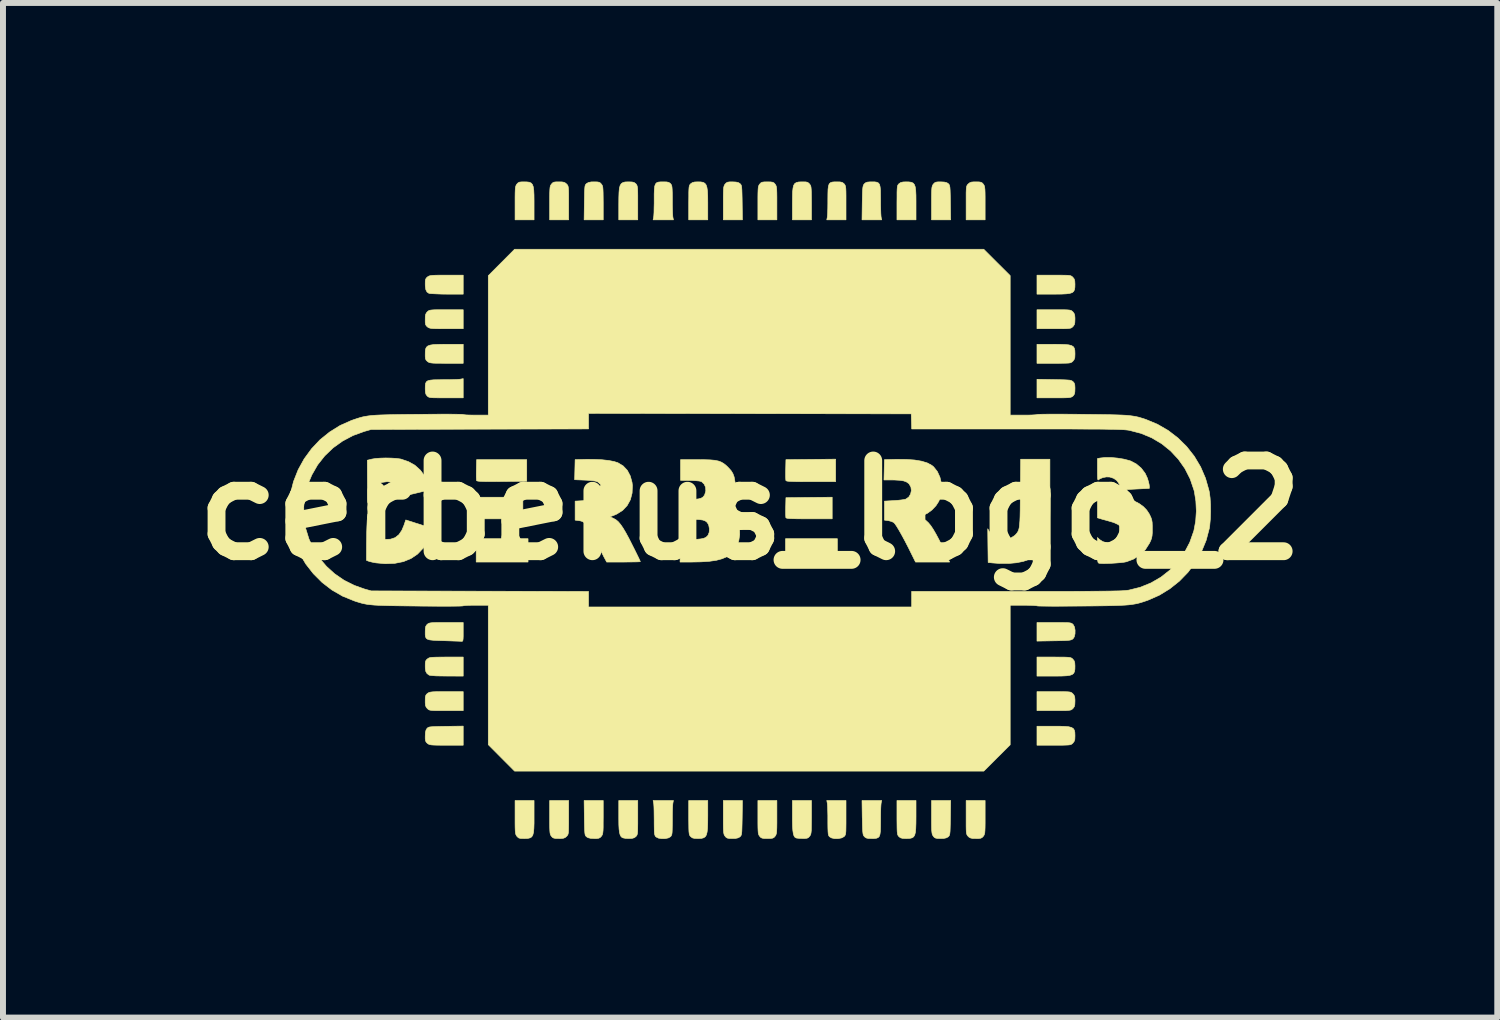
<source format=kicad_pcb>
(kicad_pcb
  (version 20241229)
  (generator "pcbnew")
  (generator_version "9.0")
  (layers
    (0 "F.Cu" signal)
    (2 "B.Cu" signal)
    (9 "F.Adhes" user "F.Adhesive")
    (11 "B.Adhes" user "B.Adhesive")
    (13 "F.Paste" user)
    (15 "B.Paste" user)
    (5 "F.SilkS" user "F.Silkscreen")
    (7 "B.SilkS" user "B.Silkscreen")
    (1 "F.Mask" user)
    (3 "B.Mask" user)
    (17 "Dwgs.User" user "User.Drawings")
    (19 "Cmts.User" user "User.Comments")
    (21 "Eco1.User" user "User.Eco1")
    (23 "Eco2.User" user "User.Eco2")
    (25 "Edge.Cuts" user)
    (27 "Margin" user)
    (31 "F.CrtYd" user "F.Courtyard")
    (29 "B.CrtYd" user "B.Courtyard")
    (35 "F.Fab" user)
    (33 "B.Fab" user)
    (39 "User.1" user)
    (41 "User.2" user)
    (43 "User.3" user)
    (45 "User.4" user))
  (footprint "cerberus_logo_2"
    (layer "F.Cu")
    (at 9.55 5.52)
    (property "Reference" "cerberus_logo_2" (at 0 0 0) (layer "F.SilkS") (effects (font (size 1.524 1.524) (thickness 0.3))))
    (attr through_hole)
    (fp_poly (pts (xy -3.817 0.145) (xy -4.587 0.145) (xy -4.587 -0.218) (xy -3.817 -0.218) (xy -3.817 0.145)) (stroke (width 0.01) (type solid)) (fill yes) (layer "F.SilkS"))
    (fp_poly (pts (xy -3.73 0.871) (xy -4.601 0.871) (xy -4.601 0.479) (xy -3.73 0.479) (xy -3.73 0.871)) (stroke (width 0.01) (type solid)) (fill yes) (layer "F.SilkS"))
    (fp_poly (pts (xy 1.466 0.871) (xy 0.595 0.871) (xy 0.595 0.479) (xy 1.466 0.479) (xy 1.466 0.871)) (stroke (width 0.01) (type solid)) (fill yes) (layer "F.SilkS"))
    (fp_poly (pts (xy -3.752 -0.486) (xy -4.17 -0.482) (xy -4.295 -0.481) (xy -4.394 -0.481) (xy -4.47 -0.482) (xy -4.525 -0.484) (xy -4.562 -0.487) (xy -4.584 -0.491) (xy -4.594 -0.496) (xy -4.595 -0.498) (xy -4.597 -0.519) (xy -4.599 -0.563) (xy -4.599 -0.623) (xy -4.598 -0.683) (xy -4.594 -0.849) (xy -3.752 -0.849) (xy -3.752 -0.486)) (stroke (width 0.01) (type solid)) (fill yes) (layer "F.SilkS"))
    (fp_poly (pts (xy 1.379 0.145) (xy 0.994 0.145) (xy 0.873 0.145) (xy 0.779 0.144) (xy 0.708 0.142) (xy 0.657 0.14) (xy 0.624 0.136) (xy 0.607 0.131) (xy 0.601 0.126) (xy 0.599 0.104) (xy 0.597 0.061) (xy 0.597 0.001) (xy 0.598 -0.052) (xy 0.602 -0.21) (xy 0.991 -0.214) (xy 1.379 -0.218) (xy 1.379 0.145)) (stroke (width 0.01) (type solid)) (fill yes) (layer "F.SilkS"))
    (fp_poly (pts (xy 1.437 -0.479) (xy 1.023 -0.479) (xy 0.897 -0.479) (xy 0.798 -0.48) (xy 0.722 -0.482) (xy 0.668 -0.484) (xy 0.631 -0.487) (xy 0.61 -0.492) (xy 0.602 -0.498) (xy 0.601 -0.498) (xy 0.599 -0.519) (xy 0.597 -0.563) (xy 0.597 -0.623) (xy 0.598 -0.683) (xy 0.602 -0.849) (xy 1.02 -0.853) (xy 1.437 -0.857) (xy 1.437 -0.479)) (stroke (width 0.01) (type solid)) (fill yes) (layer "F.SilkS"))
    (fp_poly (pts (xy -4.819 -3.629) (xy -5.091 -3.629) (xy -5.179 -3.63) (xy -5.258 -3.633) (xy -5.325 -3.636) (xy -5.372 -3.639) (xy -5.395 -3.643) (xy -5.427 -3.665) (xy -5.447 -3.704) (xy -5.456 -3.762) (xy -5.457 -3.801) (xy -5.456 -3.852) (xy -5.449 -3.883) (xy -5.434 -3.905) (xy -5.419 -3.918) (xy -5.404 -3.928) (xy -5.386 -3.936) (xy -5.362 -3.941) (xy -5.326 -3.945) (xy -5.274 -3.947) (xy -5.203 -3.948) (xy -5.106 -3.948) (xy -4.819 -3.948) (xy -4.819 -3.629)) (stroke (width 0.01) (type solid)) (fill yes) (layer "F.SilkS"))
    (fp_poly (pts (xy -4.819 2.787) (xy -5.091 2.786) (xy -5.196 2.785) (xy -5.281 2.783) (xy -5.345 2.778) (xy -5.383 2.773) (xy -5.392 2.77) (xy -5.427 2.744) (xy -5.447 2.71) (xy -5.456 2.66) (xy -5.457 2.618) (xy -5.456 2.566) (xy -5.45 2.534) (xy -5.436 2.512) (xy -5.419 2.498) (xy -5.404 2.487) (xy -5.386 2.479) (xy -5.362 2.474) (xy -5.326 2.471) (xy -5.274 2.469) (xy -5.203 2.468) (xy -5.106 2.467) (xy -4.819 2.467) (xy -4.819 2.787)) (stroke (width 0.01) (type solid)) (fill yes) (layer "F.SilkS"))
    (fp_poly (pts (xy -0.829 -5.514) (xy -0.789 -5.507) (xy -0.76 -5.491) (xy -0.739 -5.464) (xy -0.725 -5.422) (xy -0.716 -5.361) (xy -0.712 -5.279) (xy -0.711 -5.171) (xy -0.711 -5.136) (xy -0.711 -4.877) (xy -1.031 -4.877) (xy -1.031 -5.165) (xy -1.03 -5.263) (xy -1.03 -5.336) (xy -1.028 -5.389) (xy -1.025 -5.425) (xy -1.02 -5.449) (xy -1.013 -5.465) (xy -1.004 -5.477) (xy -0.997 -5.484) (xy -0.969 -5.503) (xy -0.931 -5.513) (xy -0.88 -5.515) (xy -0.829 -5.514)) (stroke (width 0.01) (type solid)) (fill yes) (layer "F.SilkS"))
    (fp_poly (pts (xy 0.936 -5.514) (xy 0.967 -5.507) (xy 0.989 -5.49) (xy 1 -5.477) (xy 1.011 -5.462) (xy 1.019 -5.445) (xy 1.024 -5.42) (xy 1.027 -5.384) (xy 1.029 -5.332) (xy 1.03 -5.261) (xy 1.031 -5.164) (xy 1.031 -4.877) (xy 0.711 -4.877) (xy 0.711 -5.146) (xy 0.712 -5.259) (xy 0.714 -5.346) (xy 0.721 -5.411) (xy 0.732 -5.457) (xy 0.751 -5.487) (xy 0.778 -5.504) (xy 0.815 -5.513) (xy 0.863 -5.515) (xy 0.886 -5.515) (xy 0.936 -5.514)) (stroke (width 0.01) (type solid)) (fill yes) (layer "F.SilkS"))
    (fp_poly (pts (xy 2.668 -5.514) (xy 2.709 -5.508) (xy 2.739 -5.494) (xy 2.76 -5.469) (xy 2.774 -5.43) (xy 2.782 -5.372) (xy 2.786 -5.293) (xy 2.787 -5.19) (xy 2.787 -5.146) (xy 2.787 -4.877) (xy 2.467 -4.877) (xy 2.467 -5.165) (xy 2.468 -5.263) (xy 2.468 -5.336) (xy 2.47 -5.389) (xy 2.473 -5.425) (xy 2.477 -5.449) (xy 2.485 -5.465) (xy 2.494 -5.477) (xy 2.501 -5.484) (xy 2.53 -5.504) (xy 2.569 -5.513) (xy 2.616 -5.515) (xy 2.668 -5.514)) (stroke (width 0.01) (type solid)) (fill yes) (layer "F.SilkS"))
    (fp_poly (pts (xy -4.819 -2.467) (xy -5.1 -2.467) (xy -5.198 -2.468) (xy -5.271 -2.468) (xy -5.323 -2.47) (xy -5.36 -2.474) (xy -5.385 -2.479) (xy -5.403 -2.487) (xy -5.418 -2.497) (xy -5.419 -2.498) (xy -5.441 -2.519) (xy -5.453 -2.544) (xy -5.457 -2.583) (xy -5.457 -2.612) (xy -5.456 -2.666) (xy -5.451 -2.707) (xy -5.437 -2.738) (xy -5.412 -2.759) (xy -5.373 -2.773) (xy -5.316 -2.782) (xy -5.238 -2.785) (xy -5.136 -2.787) (xy -5.088 -2.787) (xy -4.819 -2.787) (xy -4.819 -2.467)) (stroke (width 0.01) (type solid)) (fill yes) (layer "F.SilkS"))
    (fp_poly (pts (xy -3.75 -5.514) (xy -3.708 -5.509) (xy -3.678 -5.495) (xy -3.656 -5.47) (xy -3.642 -5.431) (xy -3.634 -5.374) (xy -3.63 -5.296) (xy -3.629 -5.194) (xy -3.629 -5.146) (xy -3.629 -4.877) (xy -3.948 -4.877) (xy -3.948 -5.158) (xy -3.948 -5.256) (xy -3.947 -5.329) (xy -3.945 -5.381) (xy -3.942 -5.418) (xy -3.936 -5.443) (xy -3.929 -5.461) (xy -3.919 -5.476) (xy -3.918 -5.477) (xy -3.897 -5.499) (xy -3.872 -5.511) (xy -3.833 -5.515) (xy -3.803 -5.515) (xy -3.75 -5.514)) (stroke (width 0.01) (type solid)) (fill yes) (layer "F.SilkS"))
    (fp_poly (pts (xy -3.629 5.146) (xy -3.629 5.259) (xy -3.632 5.346) (xy -3.638 5.411) (xy -3.65 5.457) (xy -3.668 5.487) (xy -3.695 5.504) (xy -3.732 5.513) (xy -3.78 5.515) (xy -3.803 5.515) (xy -3.853 5.514) (xy -3.884 5.507) (xy -3.906 5.49) (xy -3.918 5.477) (xy -3.928 5.462) (xy -3.936 5.445) (xy -3.941 5.42) (xy -3.945 5.384) (xy -3.947 5.332) (xy -3.948 5.261) (xy -3.948 5.165) (xy -3.948 5.158) (xy -3.948 4.877) (xy -3.629 4.877) (xy -3.629 5.146)) (stroke (width 0.01) (type solid)) (fill yes) (layer "F.SilkS"))
    (fp_poly (pts (xy -1.983 -5.513) (xy -1.949 -5.505) (xy -1.924 -5.487) (xy -1.918 -5.482) (xy -1.908 -5.469) (xy -1.9 -5.454) (xy -1.894 -5.432) (xy -1.89 -5.4) (xy -1.888 -5.353) (xy -1.887 -5.287) (xy -1.887 -5.197) (xy -1.887 -5.163) (xy -1.887 -4.877) (xy -2.206 -4.877) (xy -2.206 -5.136) (xy -2.205 -5.251) (xy -2.202 -5.34) (xy -2.196 -5.406) (xy -2.183 -5.454) (xy -2.164 -5.485) (xy -2.137 -5.503) (xy -2.101 -5.513) (xy -2.053 -5.515) (xy -2.035 -5.515) (xy -1.983 -5.513)) (stroke (width 0.01) (type solid)) (fill yes) (layer "F.SilkS"))
    (fp_poly (pts (xy -0.711 5.136) (xy -0.712 5.251) (xy -0.715 5.34) (xy -0.722 5.406) (xy -0.734 5.454) (xy -0.753 5.485) (xy -0.78 5.503) (xy -0.817 5.513) (xy -0.865 5.515) (xy -0.882 5.515) (xy -0.935 5.513) (xy -0.969 5.505) (xy -0.993 5.487) (xy -0.999 5.482) (xy -1.01 5.469) (xy -1.018 5.454) (xy -1.023 5.432) (xy -1.027 5.4) (xy -1.029 5.353) (xy -1.03 5.287) (xy -1.031 5.197) (xy -1.031 5.163) (xy -1.031 4.877) (xy -0.711 4.877) (xy -0.711 5.136)) (stroke (width 0.01) (type solid)) (fill yes) (layer "F.SilkS"))
    (fp_poly (pts (xy 2.787 5.146) (xy 2.786 5.259) (xy 2.783 5.346) (xy 2.777 5.411) (xy 2.765 5.457) (xy 2.747 5.487) (xy 2.72 5.504) (xy 2.684 5.513) (xy 2.635 5.515) (xy 2.614 5.515) (xy 2.562 5.513) (xy 2.528 5.504) (xy 2.503 5.486) (xy 2.499 5.482) (xy 2.488 5.469) (xy 2.48 5.454) (xy 2.475 5.432) (xy 2.471 5.4) (xy 2.469 5.353) (xy 2.468 5.287) (xy 2.467 5.197) (xy 2.467 5.163) (xy 2.467 4.877) (xy 2.787 4.877) (xy 2.787 5.146)) (stroke (width 0.01) (type solid)) (fill yes) (layer "F.SilkS"))
    (fp_poly (pts (xy 5.2 -3.948) (xy 5.272 -3.947) (xy 5.325 -3.946) (xy 5.361 -3.943) (xy 5.385 -3.938) (xy 5.401 -3.93) (xy 5.414 -3.92) (xy 5.422 -3.912) (xy 5.444 -3.884) (xy 5.454 -3.85) (xy 5.457 -3.799) (xy 5.457 -3.797) (xy 5.456 -3.746) (xy 5.45 -3.706) (xy 5.436 -3.676) (xy 5.411 -3.655) (xy 5.371 -3.642) (xy 5.312 -3.634) (xy 5.233 -3.63) (xy 5.129 -3.629) (xy 5.088 -3.629) (xy 4.819 -3.629) (xy 4.819 -3.948) (xy 5.102 -3.948) (xy 5.2 -3.948)) (stroke (width 0.01) (type solid)) (fill yes) (layer "F.SilkS"))
    (fp_poly (pts (xy 5.2 2.468) (xy 5.272 2.468) (xy 5.325 2.47) (xy 5.361 2.473) (xy 5.385 2.478) (xy 5.401 2.485) (xy 5.414 2.495) (xy 5.422 2.503) (xy 5.444 2.531) (xy 5.454 2.565) (xy 5.457 2.616) (xy 5.457 2.618) (xy 5.456 2.67) (xy 5.45 2.709) (xy 5.436 2.739) (xy 5.411 2.76) (xy 5.371 2.774) (xy 5.312 2.782) (xy 5.233 2.786) (xy 5.129 2.787) (xy 5.088 2.787) (xy 4.819 2.787) (xy 4.819 2.467) (xy 5.102 2.467) (xy 5.2 2.468)) (stroke (width 0.01) (type solid)) (fill yes) (layer "F.SilkS"))
    (fp_poly (pts (xy 5.201 -2.786) (xy 5.288 -2.783) (xy 5.353 -2.777) (xy 5.399 -2.765) (xy 5.429 -2.747) (xy 5.446 -2.721) (xy 5.455 -2.684) (xy 5.457 -2.637) (xy 5.457 -2.618) (xy 5.455 -2.566) (xy 5.444 -2.532) (xy 5.423 -2.504) (xy 5.422 -2.503) (xy 5.409 -2.491) (xy 5.395 -2.482) (xy 5.376 -2.475) (xy 5.348 -2.471) (xy 5.306 -2.469) (xy 5.246 -2.468) (xy 5.164 -2.467) (xy 5.102 -2.467) (xy 4.819 -2.467) (xy 4.819 -2.787) (xy 5.088 -2.787) (xy 5.201 -2.786)) (stroke (width 0.01) (type solid)) (fill yes) (layer "F.SilkS"))
    (fp_poly (pts (xy 5.201 3.629) (xy 5.288 3.632) (xy 5.353 3.638) (xy 5.399 3.65) (xy 5.429 3.668) (xy 5.446 3.695) (xy 5.455 3.731) (xy 5.457 3.778) (xy 5.457 3.797) (xy 5.455 3.849) (xy 5.444 3.883) (xy 5.423 3.911) (xy 5.422 3.912) (xy 5.409 3.924) (xy 5.395 3.934) (xy 5.376 3.94) (xy 5.348 3.944) (xy 5.306 3.946) (xy 5.246 3.948) (xy 5.164 3.948) (xy 5.102 3.948) (xy 4.819 3.948) (xy 4.819 3.629) (xy 5.088 3.629) (xy 5.201 3.629)) (stroke (width 0.01) (type solid)) (fill yes) (layer "F.SilkS"))
    (fp_poly (pts (xy -1.887 5.165) (xy -1.887 5.263) (xy -1.888 5.336) (xy -1.889 5.389) (xy -1.892 5.425) (xy -1.897 5.449) (xy -1.904 5.465) (xy -1.914 5.477) (xy -1.92 5.484) (xy -1.948 5.503) (xy -1.983 5.513) (xy -2.037 5.515) (xy -2.041 5.515) (xy -2.092 5.513) (xy -2.134 5.505) (xy -2.152 5.497) (xy -2.17 5.479) (xy -2.184 5.451) (xy -2.194 5.412) (xy -2.201 5.357) (xy -2.205 5.282) (xy -2.206 5.183) (xy -2.206 5.137) (xy -2.206 4.877) (xy -1.887 4.877) (xy -1.887 5.165)) (stroke (width 0.01) (type solid)) (fill yes) (layer "F.SilkS"))
    (fp_poly (pts (xy 1.031 5.158) (xy 1.03 5.256) (xy 1.029 5.329) (xy 1.028 5.381) (xy 1.024 5.418) (xy 1.019 5.443) (xy 1.011 5.461) (xy 1.001 5.476) (xy 1 5.477) (xy 0.98 5.499) (xy 0.957 5.51) (xy 0.921 5.514) (xy 0.881 5.514) (xy 0.83 5.513) (xy 0.79 5.509) (xy 0.773 5.506) (xy 0.752 5.493) (xy 0.737 5.47) (xy 0.726 5.434) (xy 0.718 5.381) (xy 0.713 5.308) (xy 0.711 5.212) (xy 0.711 5.146) (xy 0.711 4.877) (xy 1.031 4.877) (xy 1.031 5.158)) (stroke (width 0.01) (type solid)) (fill yes) (layer "F.SilkS"))
    (fp_poly (pts (xy 5.205 1.887) (xy 5.278 1.888) (xy 5.331 1.889) (xy 5.367 1.892) (xy 5.391 1.897) (xy 5.407 1.904) (xy 5.419 1.914) (xy 5.426 1.92) (xy 5.449 1.962) (xy 5.459 2.017) (xy 5.458 2.077) (xy 5.445 2.129) (xy 5.425 2.159) (xy 5.412 2.169) (xy 5.395 2.177) (xy 5.372 2.183) (xy 5.337 2.187) (xy 5.285 2.19) (xy 5.214 2.192) (xy 5.119 2.194) (xy 5.105 2.194) (xy 4.819 2.199) (xy 4.819 2.043) (xy 4.819 1.887) (xy 5.106 1.887) (xy 5.205 1.887)) (stroke (width 0.01) (type solid)) (fill yes) (layer "F.SilkS"))
    (fp_poly (pts (xy -4.819 3.948) (xy -5.1 3.948) (xy -5.198 3.948) (xy -5.271 3.947) (xy -5.323 3.945) (xy -5.36 3.942) (xy -5.385 3.936) (xy -5.403 3.929) (xy -5.418 3.919) (xy -5.419 3.918) (xy -5.44 3.898) (xy -5.452 3.874) (xy -5.457 3.838) (xy -5.457 3.796) (xy -5.454 3.735) (xy -5.444 3.694) (xy -5.43 3.67) (xy -5.419 3.658) (xy -5.407 3.65) (xy -5.389 3.643) (xy -5.361 3.639) (xy -5.318 3.636) (xy -5.258 3.634) (xy -5.175 3.632) (xy -5.11 3.631) (xy -4.819 3.627) (xy -4.819 3.948)) (stroke (width 0.01) (type solid)) (fill yes) (layer "F.SilkS"))
    (fp_poly (pts (xy -3.048 5.16) (xy -3.048 5.258) (xy -3.049 5.331) (xy -3.05 5.383) (xy -3.053 5.419) (xy -3.058 5.443) (xy -3.066 5.459) (xy -3.076 5.472) (xy -3.084 5.48) (xy -3.108 5.5) (xy -3.137 5.511) (xy -3.179 5.515) (xy -3.213 5.515) (xy -3.266 5.514) (xy -3.299 5.508) (xy -3.321 5.496) (xy -3.337 5.477) (xy -3.348 5.462) (xy -3.355 5.445) (xy -3.361 5.42) (xy -3.364 5.384) (xy -3.366 5.332) (xy -3.367 5.261) (xy -3.367 5.165) (xy -3.367 4.877) (xy -3.048 4.877) (xy -3.048 5.16)) (stroke (width 0.01) (type solid)) (fill yes) (layer "F.SilkS"))
    (fp_poly (pts (xy -2.567 -5.514) (xy -2.535 -5.508) (xy -2.513 -5.495) (xy -2.498 -5.477) (xy -2.487 -5.462) (xy -2.479 -5.445) (xy -2.474 -5.42) (xy -2.471 -5.384) (xy -2.469 -5.332) (xy -2.468 -5.261) (xy -2.467 -5.164) (xy -2.467 -5.158) (xy -2.467 -4.877) (xy -2.788 -4.877) (xy -2.784 -5.168) (xy -2.782 -5.267) (xy -2.781 -5.341) (xy -2.778 -5.395) (xy -2.775 -5.431) (xy -2.77 -5.455) (xy -2.763 -5.47) (xy -2.753 -5.481) (xy -2.745 -5.488) (xy -2.714 -5.505) (xy -2.669 -5.514) (xy -2.619 -5.515) (xy -2.567 -5.514)) (stroke (width 0.01) (type solid)) (fill yes) (layer "F.SilkS"))
    (fp_poly (pts (xy -2.467 5.158) (xy -2.468 5.256) (xy -2.468 5.329) (xy -2.47 5.381) (xy -2.474 5.418) (xy -2.479 5.443) (xy -2.487 5.461) (xy -2.497 5.476) (xy -2.498 5.477) (xy -2.518 5.498) (xy -2.541 5.51) (xy -2.577 5.515) (xy -2.619 5.515) (xy -2.68 5.512) (xy -2.721 5.502) (xy -2.745 5.488) (xy -2.757 5.477) (xy -2.766 5.465) (xy -2.772 5.447) (xy -2.776 5.419) (xy -2.779 5.376) (xy -2.781 5.316) (xy -2.783 5.233) (xy -2.784 5.168) (xy -2.788 4.877) (xy -2.467 4.877) (xy -2.467 5.158)) (stroke (width 0.01) (type solid)) (fill yes) (layer "F.SilkS"))
    (fp_poly (pts (xy -0.237 -5.512) (xy -0.196 -5.502) (xy -0.172 -5.488) (xy -0.161 -5.477) (xy -0.152 -5.465) (xy -0.145 -5.447) (xy -0.141 -5.419) (xy -0.138 -5.376) (xy -0.136 -5.316) (xy -0.134 -5.233) (xy -0.133 -5.168) (xy -0.129 -4.877) (xy -0.45 -4.877) (xy -0.45 -5.158) (xy -0.45 -5.256) (xy -0.449 -5.329) (xy -0.447 -5.381) (xy -0.444 -5.418) (xy -0.438 -5.443) (xy -0.431 -5.461) (xy -0.421 -5.476) (xy -0.42 -5.477) (xy -0.4 -5.498) (xy -0.376 -5.51) (xy -0.34 -5.515) (xy -0.298 -5.515) (xy -0.237 -5.512)) (stroke (width 0.01) (type solid)) (fill yes) (layer "F.SilkS"))
    (fp_poly (pts (xy -0.133 5.168) (xy -0.135 5.267) (xy -0.137 5.341) (xy -0.139 5.395) (xy -0.143 5.431) (xy -0.148 5.455) (xy -0.155 5.47) (xy -0.165 5.481) (xy -0.172 5.488) (xy -0.204 5.505) (xy -0.248 5.514) (xy -0.298 5.515) (xy -0.35 5.514) (xy -0.383 5.508) (xy -0.404 5.495) (xy -0.42 5.477) (xy -0.43 5.462) (xy -0.438 5.445) (xy -0.443 5.42) (xy -0.447 5.384) (xy -0.449 5.332) (xy -0.45 5.261) (xy -0.45 5.165) (xy -0.45 5.158) (xy -0.45 4.877) (xy -0.129 4.877) (xy -0.133 5.168)) (stroke (width 0.01) (type solid)) (fill yes) (layer "F.SilkS"))
    (fp_poly (pts (xy 3.261 -5.512) (xy 3.302 -5.502) (xy 3.326 -5.488) (xy 3.337 -5.477) (xy 3.346 -5.465) (xy 3.352 -5.447) (xy 3.357 -5.419) (xy 3.36 -5.376) (xy 3.362 -5.316) (xy 3.364 -5.233) (xy 3.365 -5.168) (xy 3.369 -4.877) (xy 3.048 -4.877) (xy 3.048 -5.158) (xy 3.048 -5.256) (xy 3.049 -5.329) (xy 3.051 -5.381) (xy 3.054 -5.418) (xy 3.06 -5.443) (xy 3.067 -5.461) (xy 3.077 -5.476) (xy 3.078 -5.477) (xy 3.098 -5.498) (xy 3.122 -5.51) (xy 3.158 -5.515) (xy 3.2 -5.515) (xy 3.261 -5.512)) (stroke (width 0.01) (type solid)) (fill yes) (layer "F.SilkS"))
    (fp_poly (pts (xy 3.365 5.168) (xy 3.363 5.267) (xy 3.361 5.341) (xy 3.359 5.395) (xy 3.355 5.431) (xy 3.35 5.455) (xy 3.343 5.47) (xy 3.333 5.481) (xy 3.326 5.488) (xy 3.294 5.505) (xy 3.25 5.514) (xy 3.2 5.515) (xy 3.148 5.514) (xy 3.115 5.508) (xy 3.093 5.495) (xy 3.078 5.477) (xy 3.068 5.462) (xy 3.06 5.445) (xy 3.055 5.42) (xy 3.051 5.384) (xy 3.049 5.332) (xy 3.048 5.261) (xy 3.048 5.165) (xy 3.048 5.158) (xy 3.048 4.877) (xy 3.369 4.877) (xy 3.365 5.168)) (stroke (width 0.01) (type solid)) (fill yes) (layer "F.SilkS"))
    (fp_poly (pts (xy -4.819 -3.048) (xy -5.1 -3.048) (xy -5.198 -3.048) (xy -5.271 -3.049) (xy -5.323 -3.051) (xy -5.36 -3.054) (xy -5.385 -3.06) (xy -5.403 -3.067) (xy -5.418 -3.077) (xy -5.419 -3.078) (xy -5.44 -3.098) (xy -5.452 -3.121) (xy -5.457 -3.156) (xy -5.457 -3.202) (xy -5.456 -3.257) (xy -5.449 -3.292) (xy -5.435 -3.318) (xy -5.422 -3.332) (xy -5.409 -3.344) (xy -5.395 -3.353) (xy -5.376 -3.359) (xy -5.348 -3.363) (xy -5.306 -3.366) (xy -5.246 -3.367) (xy -5.164 -3.367) (xy -5.102 -3.367) (xy -4.819 -3.367) (xy -4.819 -3.048)) (stroke (width 0.01) (type solid)) (fill yes) (layer "F.SilkS"))
    (fp_poly (pts (xy -4.819 3.367) (xy -5.102 3.367) (xy -5.2 3.367) (xy -5.272 3.367) (xy -5.325 3.365) (xy -5.361 3.362) (xy -5.385 3.357) (xy -5.401 3.35) (xy -5.414 3.339) (xy -5.422 3.332) (xy -5.442 3.307) (xy -5.453 3.279) (xy -5.457 3.237) (xy -5.457 3.202) (xy -5.456 3.149) (xy -5.45 3.117) (xy -5.438 3.095) (xy -5.419 3.078) (xy -5.404 3.068) (xy -5.386 3.06) (xy -5.362 3.055) (xy -5.326 3.051) (xy -5.274 3.049) (xy -5.203 3.048) (xy -5.106 3.048) (xy -5.1 3.048) (xy -4.819 3.048) (xy -4.819 3.367)) (stroke (width 0.01) (type solid)) (fill yes) (layer "F.SilkS"))
    (fp_poly (pts (xy -3.159 -5.514) (xy -3.123 -5.507) (xy -3.098 -5.493) (xy -3.084 -5.48) (xy -3.071 -5.467) (xy -3.062 -5.453) (xy -3.056 -5.434) (xy -3.052 -5.406) (xy -3.049 -5.364) (xy -3.048 -5.304) (xy -3.048 -5.223) (xy -3.048 -5.16) (xy -3.048 -4.877) (xy -3.367 -4.877) (xy -3.367 -5.158) (xy -3.367 -5.256) (xy -3.366 -5.329) (xy -3.364 -5.381) (xy -3.361 -5.418) (xy -3.356 -5.443) (xy -3.348 -5.461) (xy -3.338 -5.476) (xy -3.337 -5.477) (xy -3.318 -5.498) (xy -3.295 -5.51) (xy -3.259 -5.515) (xy -3.213 -5.515) (xy -3.159 -5.514)) (stroke (width 0.01) (type solid)) (fill yes) (layer "F.SilkS"))
    (fp_poly (pts (xy 3.847 -5.514) (xy 3.879 -5.508) (xy 3.901 -5.496) (xy 3.918 -5.477) (xy 3.928 -5.462) (xy 3.936 -5.445) (xy 3.941 -5.42) (xy 3.945 -5.384) (xy 3.947 -5.332) (xy 3.948 -5.261) (xy 3.948 -5.164) (xy 3.948 -5.158) (xy 3.948 -4.877) (xy 3.629 -4.877) (xy 3.629 -5.16) (xy 3.629 -5.258) (xy 3.629 -5.331) (xy 3.631 -5.383) (xy 3.634 -5.419) (xy 3.639 -5.443) (xy 3.646 -5.459) (xy 3.656 -5.472) (xy 3.664 -5.48) (xy 3.689 -5.5) (xy 3.717 -5.511) (xy 3.759 -5.515) (xy 3.794 -5.515) (xy 3.847 -5.514)) (stroke (width 0.01) (type solid)) (fill yes) (layer "F.SilkS"))
    (fp_poly (pts (xy 3.948 5.158) (xy 3.948 5.256) (xy 3.947 5.329) (xy 3.945 5.381) (xy 3.942 5.418) (xy 3.936 5.443) (xy 3.929 5.461) (xy 3.919 5.476) (xy 3.918 5.477) (xy 3.898 5.498) (xy 3.875 5.51) (xy 3.84 5.515) (xy 3.794 5.515) (xy 3.739 5.514) (xy 3.704 5.507) (xy 3.678 5.493) (xy 3.664 5.48) (xy 3.652 5.467) (xy 3.643 5.453) (xy 3.637 5.434) (xy 3.632 5.406) (xy 3.63 5.364) (xy 3.629 5.304) (xy 3.629 5.223) (xy 3.629 5.16) (xy 3.629 4.877) (xy 3.948 4.877) (xy 3.948 5.158)) (stroke (width 0.01) (type solid)) (fill yes) (layer "F.SilkS"))
    (fp_poly (pts (xy 5.2 -3.367) (xy 5.272 -3.367) (xy 5.325 -3.365) (xy 5.361 -3.362) (xy 5.385 -3.357) (xy 5.401 -3.35) (xy 5.414 -3.339) (xy 5.422 -3.332) (xy 5.442 -3.306) (xy 5.453 -3.276) (xy 5.457 -3.231) (xy 5.457 -3.208) (xy 5.455 -3.154) (xy 5.448 -3.12) (xy 5.431 -3.093) (xy 5.422 -3.084) (xy 5.409 -3.071) (xy 5.395 -3.062) (xy 5.376 -3.056) (xy 5.348 -3.052) (xy 5.306 -3.049) (xy 5.246 -3.048) (xy 5.164 -3.048) (xy 5.102 -3.048) (xy 4.819 -3.048) (xy 4.819 -3.367) (xy 5.102 -3.367) (xy 5.2 -3.367)) (stroke (width 0.01) (type solid)) (fill yes) (layer "F.SilkS"))
    (fp_poly (pts (xy 5.2 3.048) (xy 5.272 3.049) (xy 5.325 3.05) (xy 5.361 3.053) (xy 5.385 3.058) (xy 5.401 3.066) (xy 5.414 3.076) (xy 5.422 3.084) (xy 5.442 3.109) (xy 5.453 3.139) (xy 5.457 3.184) (xy 5.457 3.208) (xy 5.455 3.261) (xy 5.448 3.296) (xy 5.431 3.322) (xy 5.422 3.332) (xy 5.409 3.344) (xy 5.395 3.353) (xy 5.376 3.359) (xy 5.348 3.363) (xy 5.306 3.366) (xy 5.246 3.367) (xy 5.164 3.367) (xy 5.102 3.367) (xy 4.819 3.367) (xy 4.819 3.048) (xy 5.102 3.048) (xy 5.2 3.048)) (stroke (width 0.01) (type solid)) (fill yes) (layer "F.SilkS"))
    (fp_poly (pts (xy -4.819 -1.887) (xy -5.106 -1.887) (xy -5.205 -1.887) (xy -5.278 -1.888) (xy -5.331 -1.889) (xy -5.367 -1.892) (xy -5.391 -1.897) (xy -5.407 -1.904) (xy -5.419 -1.914) (xy -5.426 -1.92) (xy -5.445 -1.947) (xy -5.454 -1.981) (xy -5.457 -2.033) (xy -5.457 -2.044) (xy -5.456 -2.093) (xy -5.451 -2.13) (xy -5.438 -2.156) (xy -5.413 -2.174) (xy -5.373 -2.184) (xy -5.314 -2.19) (xy -5.232 -2.191) (xy -5.154 -2.192) (xy -5.069 -2.192) (xy -4.992 -2.194) (xy -4.927 -2.196) (xy -4.881 -2.199) (xy -4.864 -2.201) (xy -4.819 -2.21) (xy -4.819 -1.887)) (stroke (width 0.01) (type solid)) (fill yes) (layer "F.SilkS"))
    (fp_poly (pts (xy 0.45 5.158) (xy 0.45 5.256) (xy 0.449 5.329) (xy 0.447 5.381) (xy 0.444 5.418) (xy 0.438 5.443) (xy 0.431 5.461) (xy 0.421 5.476) (xy 0.42 5.477) (xy 0.401 5.498) (xy 0.379 5.509) (xy 0.345 5.514) (xy 0.292 5.515) (xy 0.29 5.515) (xy 0.236 5.514) (xy 0.202 5.509) (xy 0.18 5.498) (xy 0.161 5.478) (xy 0.161 5.477) (xy 0.15 5.462) (xy 0.143 5.445) (xy 0.137 5.42) (xy 0.134 5.384) (xy 0.132 5.332) (xy 0.131 5.261) (xy 0.131 5.165) (xy 0.131 4.877) (xy 0.45 4.877) (xy 0.45 5.158)) (stroke (width 0.01) (type solid)) (fill yes) (layer "F.SilkS"))
    (fp_poly (pts (xy 1.51 -5.514) (xy 1.545 -5.507) (xy 1.569 -5.492) (xy 1.58 -5.482) (xy 1.59 -5.469) (xy 1.598 -5.454) (xy 1.604 -5.432) (xy 1.608 -5.4) (xy 1.61 -5.353) (xy 1.611 -5.287) (xy 1.611 -5.197) (xy 1.611 -5.163) (xy 1.611 -4.877) (xy 1.288 -4.877) (xy 1.297 -4.922) (xy 1.3 -4.952) (xy 1.303 -5.004) (xy 1.305 -5.074) (xy 1.306 -5.155) (xy 1.306 -5.212) (xy 1.307 -5.313) (xy 1.309 -5.389) (xy 1.316 -5.443) (xy 1.328 -5.479) (xy 1.348 -5.5) (xy 1.377 -5.511) (xy 1.417 -5.515) (xy 1.456 -5.515) (xy 1.51 -5.514)) (stroke (width 0.01) (type solid)) (fill yes) (layer "F.SilkS"))
    (fp_poly (pts (xy 1.611 5.165) (xy 1.611 5.263) (xy 1.61 5.336) (xy 1.609 5.389) (xy 1.606 5.425) (xy 1.601 5.449) (xy 1.594 5.465) (xy 1.584 5.477) (xy 1.577 5.484) (xy 1.538 5.505) (xy 1.483 5.516) (xy 1.423 5.517) (xy 1.37 5.506) (xy 1.335 5.486) (xy 1.325 5.474) (xy 1.317 5.457) (xy 1.312 5.432) (xy 1.309 5.394) (xy 1.307 5.338) (xy 1.306 5.26) (xy 1.306 5.212) (xy 1.306 5.128) (xy 1.304 5.05) (xy 1.302 4.985) (xy 1.299 4.939) (xy 1.297 4.922) (xy 1.288 4.877) (xy 1.611 4.877) (xy 1.611 5.165)) (stroke (width 0.01) (type solid)) (fill yes) (layer "F.SilkS"))
    (fp_poly (pts (xy 2.21 4.877) (xy 2.201 4.922) (xy 2.198 4.952) (xy 2.195 5.004) (xy 2.193 5.074) (xy 2.192 5.155) (xy 2.192 5.212) (xy 2.191 5.313) (xy 2.189 5.389) (xy 2.182 5.443) (xy 2.17 5.479) (xy 2.15 5.5) (xy 2.121 5.511) (xy 2.081 5.515) (xy 2.042 5.515) (xy 1.987 5.514) (xy 1.953 5.507) (xy 1.929 5.492) (xy 1.92 5.483) (xy 1.909 5.47) (xy 1.901 5.454) (xy 1.896 5.43) (xy 1.892 5.395) (xy 1.889 5.344) (xy 1.887 5.272) (xy 1.885 5.177) (xy 1.884 5.163) (xy 1.88 4.877) (xy 2.21 4.877)) (stroke (width 0.01) (type solid)) (fill yes) (layer "F.SilkS"))
    (fp_poly (pts (xy 5.105 -2.194) (xy 5.204 -2.192) (xy 5.278 -2.19) (xy 5.331 -2.187) (xy 5.368 -2.184) (xy 5.393 -2.178) (xy 5.41 -2.17) (xy 5.423 -2.16) (xy 5.425 -2.159) (xy 5.444 -2.136) (xy 5.454 -2.106) (xy 5.457 -2.06) (xy 5.457 -2.039) (xy 5.455 -1.986) (xy 5.448 -1.951) (xy 5.432 -1.927) (xy 5.424 -1.918) (xy 5.411 -1.908) (xy 5.396 -1.9) (xy 5.374 -1.894) (xy 5.342 -1.89) (xy 5.295 -1.888) (xy 5.229 -1.887) (xy 5.139 -1.887) (xy 5.104 -1.887) (xy 4.819 -1.887) (xy 4.819 -2.043) (xy 4.819 -2.199) (xy 5.105 -2.194)) (stroke (width 0.01) (type solid)) (fill yes) (layer "F.SilkS"))
    (fp_poly (pts (xy 0.345 -5.514) (xy 0.378 -5.509) (xy 0.401 -5.498) (xy 0.419 -5.478) (xy 0.42 -5.477) (xy 0.43 -5.462) (xy 0.438 -5.445) (xy 0.443 -5.42) (xy 0.447 -5.384) (xy 0.449 -5.332) (xy 0.45 -5.261) (xy 0.45 -5.164) (xy 0.45 -5.158) (xy 0.45 -4.877) (xy 0.131 -4.877) (xy 0.131 -5.158) (xy 0.131 -5.256) (xy 0.132 -5.329) (xy 0.134 -5.381) (xy 0.137 -5.418) (xy 0.142 -5.443) (xy 0.15 -5.461) (xy 0.16 -5.476) (xy 0.161 -5.477) (xy 0.18 -5.498) (xy 0.202 -5.509) (xy 0.235 -5.514) (xy 0.289 -5.515) (xy 0.29 -5.515) (xy 0.345 -5.514)) (stroke (width 0.01) (type solid)) (fill yes) (layer "F.SilkS"))
    (fp_poly (pts (xy 2.092 -5.515) (xy 2.129 -5.509) (xy 2.156 -5.496) (xy 2.174 -5.472) (xy 2.184 -5.432) (xy 2.19 -5.373) (xy 2.191 -5.292) (xy 2.192 -5.212) (xy 2.192 -5.128) (xy 2.194 -5.05) (xy 2.196 -4.985) (xy 2.199 -4.939) (xy 2.201 -4.922) (xy 2.21 -4.877) (xy 2.045 -4.877) (xy 1.88 -4.877) (xy 1.884 -5.163) (xy 1.886 -5.262) (xy 1.888 -5.336) (xy 1.891 -5.389) (xy 1.895 -5.426) (xy 1.901 -5.451) (xy 1.908 -5.468) (xy 1.918 -5.481) (xy 1.92 -5.483) (xy 1.942 -5.501) (xy 1.971 -5.511) (xy 2.016 -5.515) (xy 2.042 -5.515) (xy 2.092 -5.515)) (stroke (width 0.01) (type solid)) (fill yes) (layer "F.SilkS"))
    (fp_poly (pts (xy -1.404 -5.514) (xy -1.369 -5.507) (xy -1.345 -5.493) (xy -1.336 -5.484) (xy -1.325 -5.47) (xy -1.317 -5.453) (xy -1.312 -5.427) (xy -1.309 -5.389) (xy -1.307 -5.333) (xy -1.306 -5.256) (xy -1.306 -5.21) (xy -1.306 -5.125) (xy -1.304 -5.048) (xy -1.302 -4.984) (xy -1.299 -4.938) (xy -1.297 -4.922) (xy -1.288 -4.877) (xy -1.629 -4.877) (xy -1.62 -4.922) (xy -1.617 -4.952) (xy -1.614 -5.004) (xy -1.613 -5.074) (xy -1.611 -5.155) (xy -1.611 -5.212) (xy -1.611 -5.313) (xy -1.608 -5.389) (xy -1.602 -5.443) (xy -1.589 -5.479) (xy -1.57 -5.5) (xy -1.54 -5.511) (xy -1.5 -5.515) (xy -1.459 -5.515) (xy -1.404 -5.514)) (stroke (width 0.01) (type solid)) (fill yes) (layer "F.SilkS"))
    (fp_poly (pts (xy -1.297 4.922) (xy -1.3 4.952) (xy -1.303 5.004) (xy -1.305 5.074) (xy -1.306 5.155) (xy -1.306 5.21) (xy -1.307 5.3) (xy -1.308 5.365) (xy -1.31 5.411) (xy -1.314 5.442) (xy -1.321 5.462) (xy -1.33 5.477) (xy -1.336 5.484) (xy -1.372 5.505) (xy -1.425 5.516) (xy -1.484 5.517) (xy -1.539 5.509) (xy -1.579 5.489) (xy -1.582 5.486) (xy -1.593 5.474) (xy -1.6 5.457) (xy -1.606 5.432) (xy -1.609 5.394) (xy -1.61 5.338) (xy -1.611 5.26) (xy -1.611 5.212) (xy -1.612 5.128) (xy -1.613 5.05) (xy -1.615 4.985) (xy -1.618 4.939) (xy -1.62 4.922) (xy -1.629 4.877) (xy -1.288 4.877) (xy -1.297 4.922)) (stroke (width 0.01) (type solid)) (fill yes) (layer "F.SilkS"))
    (fp_poly (pts (xy -6.413 0.169) (xy -6.393 0.279) (xy -6.357 0.365) (xy -6.305 0.429) (xy -6.235 0.47) (xy -6.146 0.49) (xy -6.131 0.491) (xy -6.039 0.487) (xy -5.962 0.461) (xy -5.899 0.411) (xy -5.849 0.337) (xy -5.814 0.253) (xy -5.784 0.164) (xy -5.343 0.305) (xy -5.365 0.381) (xy -5.42 0.522) (xy -5.494 0.64) (xy -5.586 0.737) (xy -5.697 0.812) (xy -5.824 0.864) (xy -5.969 0.893) (xy -6.129 0.899) (xy -6.285 0.885) (xy -6.338 0.875) (xy -6.385 0.864) (xy -6.405 0.858) (xy -6.444 0.843) (xy -6.443 0.556) (xy -6.441 0.459) (xy -6.44 0.365) (xy -6.437 0.28) (xy -6.434 0.212) (xy -6.432 0.167) (xy -6.422 0.065) (xy -6.413 0.169)) (stroke (width 0.01) (type solid)) (fill yes) (layer "F.SilkS"))
    (fp_poly (pts (xy -4.819 2.047) (xy -4.819 2.117) (xy -4.821 2.163) (xy -4.825 2.189) (xy -4.832 2.201) (xy -4.842 2.203) (xy -4.844 2.203) (xy -4.866 2.202) (xy -4.912 2.2) (xy -4.977 2.198) (xy -5.056 2.195) (xy -5.143 2.192) (xy -5.246 2.189) (xy -5.324 2.185) (xy -5.38 2.179) (xy -5.417 2.168) (xy -5.44 2.152) (xy -5.452 2.127) (xy -5.457 2.093) (xy -5.457 2.048) (xy -5.457 2.039) (xy -5.455 1.986) (xy -5.448 1.951) (xy -5.432 1.927) (xy -5.424 1.918) (xy -5.411 1.908) (xy -5.396 1.9) (xy -5.374 1.894) (xy -5.342 1.89) (xy -5.295 1.888) (xy -5.229 1.887) (xy -5.139 1.887) (xy -5.104 1.887) (xy -4.819 1.887) (xy -4.819 2.047)) (stroke (width 0.01) (type solid)) (fill yes) (layer "F.SilkS"))
    (fp_poly (pts (xy 6.063 -0.885) (xy 6.17 -0.875) (xy 6.276 -0.858) (xy 6.369 -0.834) (xy 6.396 -0.825) (xy 6.488 -0.776) (xy 6.571 -0.705) (xy 6.636 -0.619) (xy 6.674 -0.538) (xy 6.69 -0.484) (xy 6.702 -0.435) (xy 6.706 -0.405) (xy 6.706 -0.366) (xy 6.499 -0.356) (xy 6.422 -0.352) (xy 6.355 -0.348) (xy 6.303 -0.344) (xy 6.271 -0.34) (xy 6.266 -0.339) (xy 6.241 -0.344) (xy 6.233 -0.358) (xy 6.2 -0.44) (xy 6.16 -0.498) (xy 6.108 -0.535) (xy 6.042 -0.557) (xy 6.04 -0.557) (xy 5.985 -0.559) (xy 5.927 -0.548) (xy 5.877 -0.528) (xy 5.857 -0.514) (xy 5.848 -0.507) (xy 5.842 -0.511) (xy 5.838 -0.53) (xy 5.836 -0.568) (xy 5.835 -0.628) (xy 5.835 -0.679) (xy 5.835 -0.867) (xy 5.88 -0.876) (xy 5.963 -0.885) (xy 6.063 -0.885)) (stroke (width 0.01) (type solid)) (fill yes) (layer "F.SilkS"))
    (fp_poly (pts (xy 5.036 -0.279) (xy 5.036 -0.12) (xy 5.035 0.014) (xy 5.033 0.125) (xy 5.03 0.216) (xy 5.026 0.29) (xy 5.02 0.351) (xy 5.011 0.402) (xy 5.001 0.445) (xy 4.987 0.484) (xy 4.971 0.522) (xy 4.955 0.555) (xy 4.912 0.621) (xy 4.853 0.691) (xy 4.786 0.756) (xy 4.719 0.806) (xy 4.685 0.826) (xy 4.59 0.86) (xy 4.474 0.883) (xy 4.341 0.895) (xy 4.195 0.895) (xy 4.071 0.886) (xy 3.999 0.878) (xy 3.995 0.595) (xy 3.992 0.312) (xy 4.024 0.369) (xy 4.074 0.429) (xy 4.14 0.469) (xy 4.215 0.491) (xy 4.295 0.491) (xy 4.372 0.472) (xy 4.439 0.43) (xy 4.459 0.412) (xy 4.477 0.392) (xy 4.492 0.372) (xy 4.504 0.349) (xy 4.514 0.322) (xy 4.522 0.286) (xy 4.527 0.239) (xy 4.532 0.178) (xy 4.535 0.1) (xy 4.537 0.002) (xy 4.538 -0.119) (xy 4.54 -0.265) (xy 4.54 -0.287) (xy 4.545 -0.856) (xy 5.036 -0.856) (xy 5.036 -0.279)) (stroke (width 0.01) (type solid)) (fill yes) (layer "F.SilkS"))
    (fp_poly (pts (xy -6.031 -0.875) (xy -5.947 -0.87) (xy -5.879 -0.861) (xy -5.864 -0.858) (xy -5.738 -0.815) (xy -5.63 -0.754) (xy -5.538 -0.671) (xy -5.459 -0.564) (xy -5.391 -0.432) (xy -5.389 -0.429) (xy -5.372 -0.386) (xy -5.366 -0.363) (xy -5.372 -0.351) (xy -5.382 -0.345) (xy -5.404 -0.338) (xy -5.447 -0.327) (xy -5.505 -0.312) (xy -5.571 -0.296) (xy -5.638 -0.28) (xy -5.701 -0.265) (xy -5.752 -0.254) (xy -5.785 -0.248) (xy -5.793 -0.247) (xy -5.806 -0.259) (xy -5.823 -0.289) (xy -5.828 -0.301) (xy -5.875 -0.379) (xy -5.941 -0.436) (xy -6.022 -0.47) (xy -6.096 -0.479) (xy -6.189 -0.466) (xy -6.269 -0.429) (xy -6.332 -0.368) (xy -6.379 -0.285) (xy -6.409 -0.18) (xy -6.413 -0.149) (xy -6.417 -0.126) (xy -6.42 -0.124) (xy -6.423 -0.143) (xy -6.425 -0.186) (xy -6.426 -0.254) (xy -6.427 -0.348) (xy -6.428 -0.445) (xy -6.43 -0.839) (xy -6.354 -0.858) (xy -6.293 -0.868) (xy -6.214 -0.874) (xy -6.123 -0.877) (xy -6.031 -0.875)) (stroke (width 0.01) (type solid)) (fill yes) (layer "F.SilkS"))
    (fp_poly (pts (xy 2.616 -0.853) (xy 2.761 -0.843) (xy 2.881 -0.823) (xy 2.978 -0.793) (xy 3.052 -0.753) (xy 3.082 -0.729) (xy 3.145 -0.65) (xy 3.189 -0.554) (xy 3.214 -0.448) (xy 3.218 -0.337) (xy 3.199 -0.229) (xy 3.17 -0.149) (xy 3.122 -0.075) (xy 3.056 -0.005) (xy 2.98 0.051) (xy 2.918 0.081) (xy 2.846 0.107) (xy 2.915 0.146) (xy 2.955 0.174) (xy 2.995 0.211) (xy 3.036 0.261) (xy 3.079 0.326) (xy 3.127 0.409) (xy 3.181 0.511) (xy 3.242 0.637) (xy 3.289 0.737) (xy 3.351 0.871) (xy 2.779 0.871) (xy 2.716 0.744) (xy 2.656 0.623) (xy 2.599 0.513) (xy 2.546 0.415) (xy 2.499 0.332) (xy 2.46 0.268) (xy 2.43 0.225) (xy 2.412 0.206) (xy 2.374 0.189) (xy 2.326 0.176) (xy 2.317 0.175) (xy 2.257 0.167) (xy 2.257 -0.152) (xy 2.417 -0.161) (xy 2.486 -0.166) (xy 2.548 -0.173) (xy 2.596 -0.181) (xy 2.616 -0.186) (xy 2.665 -0.22) (xy 2.696 -0.271) (xy 2.709 -0.33) (xy 2.701 -0.389) (xy 2.671 -0.441) (xy 2.667 -0.446) (xy 2.631 -0.472) (xy 2.583 -0.491) (xy 2.517 -0.502) (xy 2.429 -0.507) (xy 2.384 -0.508) (xy 2.249 -0.508) (xy 2.253 -0.679) (xy 2.257 -0.849) (xy 2.446 -0.854) (xy 2.616 -0.853)) (stroke (width 0.01) (type solid)) (fill yes) (layer "F.SilkS"))
    (fp_poly (pts (xy 5.867 -0.342) (xy 5.895 -0.33) (xy 5.943 -0.314) (xy 6.004 -0.296) (xy 6.052 -0.283) (xy 6.21 -0.241) (xy 6.341 -0.2) (xy 6.449 -0.156) (xy 6.537 -0.11) (xy 6.607 -0.059) (xy 6.662 -0.002) (xy 6.705 0.063) (xy 6.716 0.085) (xy 6.735 0.127) (xy 6.747 0.164) (xy 6.754 0.207) (xy 6.756 0.263) (xy 6.756 0.312) (xy 6.756 0.382) (xy 6.752 0.431) (xy 6.744 0.471) (xy 6.73 0.51) (xy 6.709 0.554) (xy 6.639 0.664) (xy 6.55 0.754) (xy 6.44 0.822) (xy 6.323 0.866) (xy 6.282 0.874) (xy 6.223 0.881) (xy 6.151 0.887) (xy 6.074 0.892) (xy 5.999 0.895) (xy 5.933 0.896) (xy 5.884 0.894) (xy 5.86 0.891) (xy 5.85 0.885) (xy 5.843 0.872) (xy 5.839 0.847) (xy 5.836 0.806) (xy 5.835 0.744) (xy 5.835 0.671) (xy 5.835 0.459) (xy 5.87 0.493) (xy 5.925 0.528) (xy 5.996 0.549) (xy 6.071 0.555) (xy 6.115 0.549) (xy 6.179 0.524) (xy 6.23 0.481) (xy 6.262 0.428) (xy 6.27 0.384) (xy 6.261 0.327) (xy 6.233 0.28) (xy 6.182 0.241) (xy 6.108 0.207) (xy 6.023 0.182) (xy 5.966 0.166) (xy 5.914 0.152) (xy 5.882 0.142) (xy 5.835 0.128) (xy 5.835 -0.364) (xy 5.867 -0.342)) (stroke (width 0.01) (type solid)) (fill yes) (layer "F.SilkS"))
    (fp_poly (pts (xy -2.614 -0.853) (xy -2.487 -0.847) (xy -2.376 -0.835) (xy -2.284 -0.817) (xy -2.221 -0.797) (xy -2.133 -0.744) (xy -2.063 -0.67) (xy -2.013 -0.576) (xy -1.983 -0.467) (xy -1.977 -0.413) (xy -1.982 -0.288) (xy -2.011 -0.176) (xy -2.065 -0.078) (xy -2.141 0.003) (xy -2.239 0.065) (xy -2.285 0.085) (xy -2.353 0.111) (xy -2.292 0.139) (xy -2.253 0.161) (xy -2.215 0.193) (xy -2.176 0.239) (xy -2.134 0.3) (xy -2.086 0.381) (xy -2.031 0.483) (xy -1.98 0.584) (xy -1.939 0.665) (xy -1.903 0.738) (xy -1.874 0.797) (xy -1.854 0.84) (xy -1.844 0.862) (xy -1.843 0.863) (xy -1.857 0.866) (xy -1.895 0.868) (xy -1.954 0.869) (xy -2.029 0.87) (xy -2.114 0.871) (xy -2.126 0.871) (xy -2.409 0.871) (xy -2.434 0.824) (xy -2.449 0.797) (xy -2.474 0.748) (xy -2.507 0.684) (xy -2.547 0.608) (xy -2.59 0.525) (xy -2.598 0.509) (xy -2.65 0.409) (xy -2.693 0.331) (xy -2.729 0.274) (xy -2.76 0.233) (xy -2.789 0.206) (xy -2.819 0.189) (xy -2.853 0.179) (xy -2.877 0.175) (xy -2.939 0.167) (xy -2.939 -0.152) (xy -2.779 -0.161) (xy -2.711 -0.166) (xy -2.649 -0.173) (xy -2.603 -0.18) (xy -2.584 -0.185) (xy -2.532 -0.219) (xy -2.499 -0.269) (xy -2.485 -0.326) (xy -2.489 -0.384) (xy -2.514 -0.435) (xy -2.558 -0.474) (xy -2.56 -0.475) (xy -2.597 -0.488) (xy -2.655 -0.497) (xy -2.737 -0.503) (xy -2.776 -0.505) (xy -2.947 -0.512) (xy -2.943 -0.68) (xy -2.939 -0.849) (xy -2.75 -0.854) (xy -2.614 -0.853)) (stroke (width 0.01) (type solid)) (fill yes) (layer "F.SilkS"))
    (fp_poly (pts (xy -0.885 -0.849) (xy -0.765 -0.848) (xy -0.67 -0.845) (xy -0.594 -0.838) (xy -0.534 -0.826) (xy -0.485 -0.808) (xy -0.442 -0.783) (xy -0.4 -0.749) (xy -0.368 -0.718) (xy -0.32 -0.665) (xy -0.289 -0.615) (xy -0.268 -0.558) (xy -0.249 -0.45) (xy -0.256 -0.345) (xy -0.286 -0.249) (xy -0.338 -0.164) (xy -0.41 -0.097) (xy -0.456 -0.069) (xy -0.498 -0.048) (xy -0.427 -0.021) (xy -0.349 0.022) (xy -0.278 0.085) (xy -0.223 0.159) (xy -0.196 0.217) (xy -0.177 0.31) (xy -0.175 0.412) (xy -0.19 0.512) (xy -0.221 0.599) (xy -0.225 0.608) (xy -0.27 0.678) (xy -0.325 0.735) (xy -0.39 0.781) (xy -0.471 0.816) (xy -0.568 0.842) (xy -0.686 0.859) (xy -0.827 0.868) (xy -0.983 0.871) (xy -1.177 0.871) (xy -1.172 0.686) (xy -1.168 0.501) (xy -0.98 0.493) (xy -0.89 0.489) (xy -0.824 0.482) (xy -0.777 0.472) (xy -0.744 0.457) (xy -0.719 0.436) (xy -0.705 0.418) (xy -0.687 0.372) (xy -0.683 0.314) (xy -0.694 0.256) (xy -0.703 0.234) (xy -0.724 0.203) (xy -0.752 0.181) (xy -0.792 0.166) (xy -0.849 0.158) (xy -0.927 0.154) (xy -0.987 0.153) (xy -1.168 0.152) (xy -1.172 -0.009) (xy -1.177 -0.17) (xy -1.013 -0.177) (xy -0.927 -0.182) (xy -0.865 -0.19) (xy -0.821 -0.202) (xy -0.791 -0.221) (xy -0.769 -0.248) (xy -0.762 -0.261) (xy -0.744 -0.322) (xy -0.747 -0.383) (xy -0.771 -0.437) (xy -0.811 -0.476) (xy -0.824 -0.482) (xy -0.855 -0.49) (xy -0.907 -0.495) (xy -0.971 -0.499) (xy -1.016 -0.5) (xy -1.168 -0.501) (xy -1.168 -0.849) (xy -0.885 -0.849)) (stroke (width 0.01) (type solid)) (fill yes) (layer "F.SilkS"))
    (fp_poly (pts (xy 4.147 -4.161) (xy 4.369 -3.94) (xy 4.369 -1.597) (xy 4.593 -1.597) (xy 4.67 -1.597) (xy 4.736 -1.599) (xy 4.787 -1.602) (xy 4.816 -1.605) (xy 4.821 -1.607) (xy 4.836 -1.609) (xy 4.878 -1.611) (xy 4.942 -1.612) (xy 5.028 -1.613) (xy 5.132 -1.613) (xy 5.252 -1.613) (xy 5.384 -1.612) (xy 5.527 -1.611) (xy 5.588 -1.61) (xy 5.765 -1.608) (xy 5.915 -1.606) (xy 6.043 -1.604) (xy 6.15 -1.601) (xy 6.239 -1.598) (xy 6.314 -1.594) (xy 6.377 -1.588) (xy 6.43 -1.581) (xy 6.478 -1.573) (xy 6.523 -1.563) (xy 6.567 -1.55) (xy 6.613 -1.536) (xy 6.651 -1.523) (xy 6.843 -1.443) (xy 7.023 -1.339) (xy 7.187 -1.213) (xy 7.334 -1.068) (xy 7.462 -0.905) (xy 7.568 -0.727) (xy 7.65 -0.536) (xy 7.707 -0.336) (xy 7.714 -0.305) (xy 7.727 -0.208) (xy 7.734 -0.093) (xy 7.735 0.029) (xy 7.731 0.149) (xy 7.721 0.257) (xy 7.714 0.305) (xy 7.661 0.506) (xy 7.582 0.698) (xy 7.479 0.878) (xy 7.355 1.044) (xy 7.211 1.192) (xy 7.049 1.321) (xy 6.872 1.429) (xy 6.681 1.513) (xy 6.651 1.523) (xy 6.601 1.54) (xy 6.555 1.554) (xy 6.511 1.566) (xy 6.466 1.575) (xy 6.417 1.583) (xy 6.361 1.59) (xy 6.295 1.595) (xy 6.217 1.599) (xy 6.124 1.602) (xy 6.012 1.605) (xy 5.878 1.607) (xy 5.721 1.609) (xy 5.588 1.61) (xy 5.442 1.611) (xy 5.305 1.612) (xy 5.18 1.613) (xy 5.069 1.613) (xy 4.976 1.612) (xy 4.902 1.611) (xy 4.85 1.61) (xy 4.824 1.608) (xy 4.821 1.607) (xy 4.806 1.604) (xy 4.766 1.601) (xy 4.708 1.598) (xy 4.636 1.597) (xy 4.593 1.597) (xy 4.369 1.597) (xy 4.369 3.941) (xy 4.147 4.162) (xy 3.926 4.383) (xy -3.956 4.383) (xy -4.177 4.161) (xy -4.398 3.939) (xy -4.398 1.597) (xy -4.607 1.597) (xy -4.682 1.597) (xy -4.745 1.599) (xy -4.793 1.602) (xy -4.818 1.606) (xy -4.821 1.607) (xy -4.836 1.609) (xy -4.878 1.611) (xy -4.942 1.612) (xy -5.028 1.613) (xy -5.132 1.613) (xy -5.252 1.613) (xy -5.384 1.612) (xy -5.527 1.611) (xy -5.588 1.61) (xy -5.765 1.608) (xy -5.915 1.606) (xy -6.042 1.604) (xy -6.149 1.601) (xy -6.239 1.598) (xy -6.313 1.594) (xy -6.376 1.588) (xy -6.43 1.582) (xy -6.477 1.573) (xy -6.522 1.563) (xy -6.566 1.55) (xy -6.613 1.536) (xy -6.651 1.523) (xy -6.845 1.444) (xy -7.025 1.34) (xy -7.189 1.214) (xy -7.336 1.067) (xy -7.464 0.903) (xy -7.57 0.723) (xy -7.654 0.529) (xy -7.712 0.324) (xy -7.722 0.275) (xy -7.731 0.204) (xy -7.737 0.114) (xy -7.739 0.014) (xy -7.738 -0.061) (xy -7.498 -0.061) (xy -7.494 0.125) (xy -7.465 0.307) (xy -7.411 0.482) (xy -7.334 0.648) (xy -7.236 0.803) (xy -7.116 0.944) (xy -6.978 1.069) (xy -6.821 1.177) (xy -6.647 1.264) (xy -6.481 1.323) (xy -6.365 1.356) (xy -4.539 1.361) (xy -2.714 1.365) (xy -2.714 1.626) (xy 2.714 1.626) (xy 2.714 1.364) (xy 4.476 1.364) (xy 4.745 1.364) (xy 4.987 1.364) (xy 5.203 1.364) (xy 5.395 1.364) (xy 5.564 1.363) (xy 5.712 1.362) (xy 5.84 1.361) (xy 5.95 1.36) (xy 6.043 1.359) (xy 6.122 1.357) (xy 6.187 1.356) (xy 6.24 1.354) (xy 6.283 1.351) (xy 6.317 1.348) (xy 6.344 1.345) (xy 6.361 1.343) (xy 6.554 1.295) (xy 6.734 1.222) (xy 6.901 1.125) (xy 7.051 1.007) (xy 7.184 0.868) (xy 7.296 0.712) (xy 7.386 0.54) (xy 7.452 0.353) (xy 7.456 0.338) (xy 7.485 0.183) (xy 7.496 0.016) (xy 7.488 -0.152) (xy 7.463 -0.31) (xy 7.456 -0.338) (xy 7.392 -0.526) (xy 7.304 -0.699) (xy 7.193 -0.857) (xy 7.062 -0.997) (xy 6.913 -1.117) (xy 6.748 -1.215) (xy 6.568 -1.29) (xy 6.376 -1.34) (xy 6.361 -1.343) (xy 6.339 -1.346) (xy 6.31 -1.349) (xy 6.274 -1.352) (xy 6.229 -1.354) (xy 6.174 -1.356) (xy 6.106 -1.358) (xy 6.024 -1.359) (xy 5.928 -1.361) (xy 5.814 -1.362) (xy 5.682 -1.362) (xy 5.529 -1.363) (xy 5.356 -1.364) (xy 5.159 -1.364) (xy 4.937 -1.364) (xy 4.689 -1.364) (xy 4.476 -1.364) (xy 2.715 -1.364) (xy 2.707 -1.618) (xy -0.004 -1.622) (xy -2.714 -1.626) (xy -2.714 -1.365) (xy -4.539 -1.361) (xy -6.365 -1.356) (xy -6.481 -1.323) (xy -6.671 -1.254) (xy -6.846 -1.161) (xy -7.005 -1.047) (xy -7.145 -0.913) (xy -7.265 -0.761) (xy -7.362 -0.592) (xy -7.426 -0.439) (xy -7.476 -0.25) (xy -7.498 -0.061) (xy -7.738 -0.061) (xy -7.738 -0.088) (xy -7.733 -0.182) (xy -7.725 -0.259) (xy -7.722 -0.275) (xy -7.669 -0.483) (xy -7.591 -0.68) (xy -7.49 -0.863) (xy -7.367 -1.031) (xy -7.225 -1.182) (xy -7.064 -1.312) (xy -6.888 -1.422) (xy -6.697 -1.507) (xy -6.651 -1.523) (xy -6.6 -1.54) (xy -6.555 -1.554) (xy -6.511 -1.566) (xy -6.466 -1.575) (xy -6.417 -1.583) (xy -6.361 -1.59) (xy -6.295 -1.595) (xy -6.217 -1.599) (xy -6.123 -1.602) (xy -6.012 -1.605) (xy -5.879 -1.607) (xy -5.721 -1.609) (xy -5.588 -1.61) (xy -5.442 -1.611) (xy -5.305 -1.612) (xy -5.18 -1.613) (xy -5.069 -1.613) (xy -4.976 -1.612) (xy -4.902 -1.611) (xy -4.85 -1.61) (xy -4.824 -1.608) (xy -4.821 -1.607) (xy -4.806 -1.604) (xy -4.767 -1.6) (xy -4.709 -1.598) (xy -4.638 -1.597) (xy -4.607 -1.597) (xy -4.398 -1.597) (xy -4.398 -3.939) (xy -4.177 -4.161) (xy -3.956 -4.383) (xy 3.925 -4.383) (xy 4.147 -4.161)) (stroke (width 0.01) (type solid)) (fill yes) (layer "F.SilkS")))
  (gr_rect
    (start -3 -3)
    (end 22.101 14.043)
    (stroke (width 0.1) (type default))
    (fill no)
    (layer "Edge.Cuts")))
</source>
